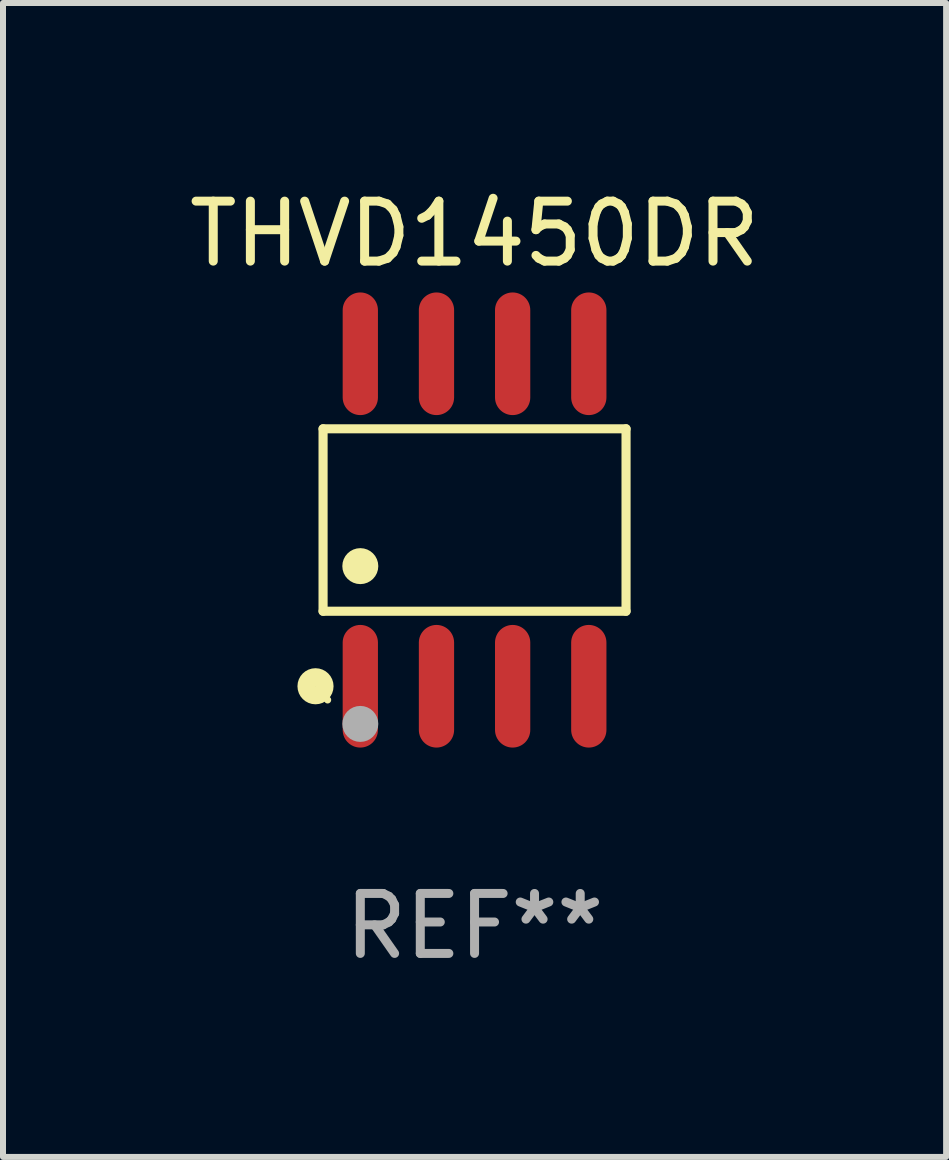
<source format=kicad_pcb>
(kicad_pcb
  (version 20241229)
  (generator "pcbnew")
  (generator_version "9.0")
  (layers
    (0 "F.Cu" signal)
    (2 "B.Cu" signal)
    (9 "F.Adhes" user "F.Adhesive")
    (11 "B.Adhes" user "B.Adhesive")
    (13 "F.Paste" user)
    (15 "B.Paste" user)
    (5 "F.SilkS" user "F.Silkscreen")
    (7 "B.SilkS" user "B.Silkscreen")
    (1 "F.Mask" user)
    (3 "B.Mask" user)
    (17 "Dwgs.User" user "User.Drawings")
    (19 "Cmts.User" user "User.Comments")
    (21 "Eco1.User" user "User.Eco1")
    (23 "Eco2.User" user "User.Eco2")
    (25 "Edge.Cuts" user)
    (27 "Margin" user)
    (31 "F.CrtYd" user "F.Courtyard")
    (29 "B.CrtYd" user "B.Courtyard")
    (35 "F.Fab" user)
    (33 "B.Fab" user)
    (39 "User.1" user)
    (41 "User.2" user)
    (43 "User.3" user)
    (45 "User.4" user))
  (footprint "THVD1450DR"
    (layer "F.Cu")
    (at 4.863 5.621)
    (property "Reference" "THVD1450DR" (at 0 -4.772 0) (layer "F.SilkS") (effects (font (size 1 1) (thickness 0.15))))
    (attr through_hole)
    (fp_line (start -2.526 -1.521) (end 2.526 -1.521) (stroke (width 0.152) (type solid)) (layer "F.SilkS"))
    (fp_line (start -2.526 1.521) (end -2.526 -1.521) (stroke (width 0.152) (type solid)) (layer "F.SilkS"))
    (fp_line (start 2.526 -1.521) (end 2.526 1.521) (stroke (width 0.152) (type solid)) (layer "F.SilkS"))
    (fp_line (start 2.526 1.521) (end -2.526 1.521) (stroke (width 0.152) (type solid)) (layer "F.SilkS"))
    (fp_circle (center -2.652 2.772) (end -2.501 2.772) (stroke (width 0.3) (type solid)) (fill no) (layer "F.SilkS"))
    (fp_circle (center -2.45 3) (end -2.42 3) (stroke (width 0.06) (type solid)) (fill no) (layer "F.SilkS"))
    (fp_circle (center -1.905 0.769) (end -1.755 0.769) (stroke (width 0.3) (type solid)) (fill no) (layer "F.SilkS"))
    (fp_circle (center -1.905 3.4) (end -1.755 3.4) (stroke (width 0.3) (type solid)) (fill no) (layer "F.Fab"))
    (fp_text user "REF**" (at 0 6.772 0) (layer "F.Fab") (effects (font (size 1 1) (thickness 0.15))))
    (pad "1" smd oval (at -1.905 2.772) (size 0.588 2.045) (layers "F.Cu" "F.Mask" "F.Paste"))
    (pad "2" smd oval (at -0.635 2.772) (size 0.588 2.045) (layers "F.Cu" "F.Mask" "F.Paste"))
    (pad "3" smd oval (at 0.635 2.772) (size 0.588 2.045) (layers "F.Cu" "F.Mask" "F.Paste"))
    (pad "4" smd oval (at 1.905 2.772) (size 0.588 2.045) (layers "F.Cu" "F.Mask" "F.Paste"))
    (pad "5" smd oval (at 1.905 -2.772) (size 0.588 2.045) (layers "F.Cu" "F.Mask" "F.Paste"))
    (pad "6" smd oval (at 0.635 -2.772) (size 0.588 2.045) (layers "F.Cu" "F.Mask" "F.Paste"))
    (pad "7" smd oval (at -0.635 -2.772) (size 0.588 2.045) (layers "F.Cu" "F.Mask" "F.Paste"))
    (pad "8" smd oval (at -1.905 -2.772) (size 0.588 2.045) (layers "F.Cu" "F.Mask" "F.Paste")))
  (gr_rect
    (start -3 -3)
    (end 12.726 16.241)
    (stroke (width 0.1) (type default))
    (fill no)
    (layer "Edge.Cuts")))
</source>
